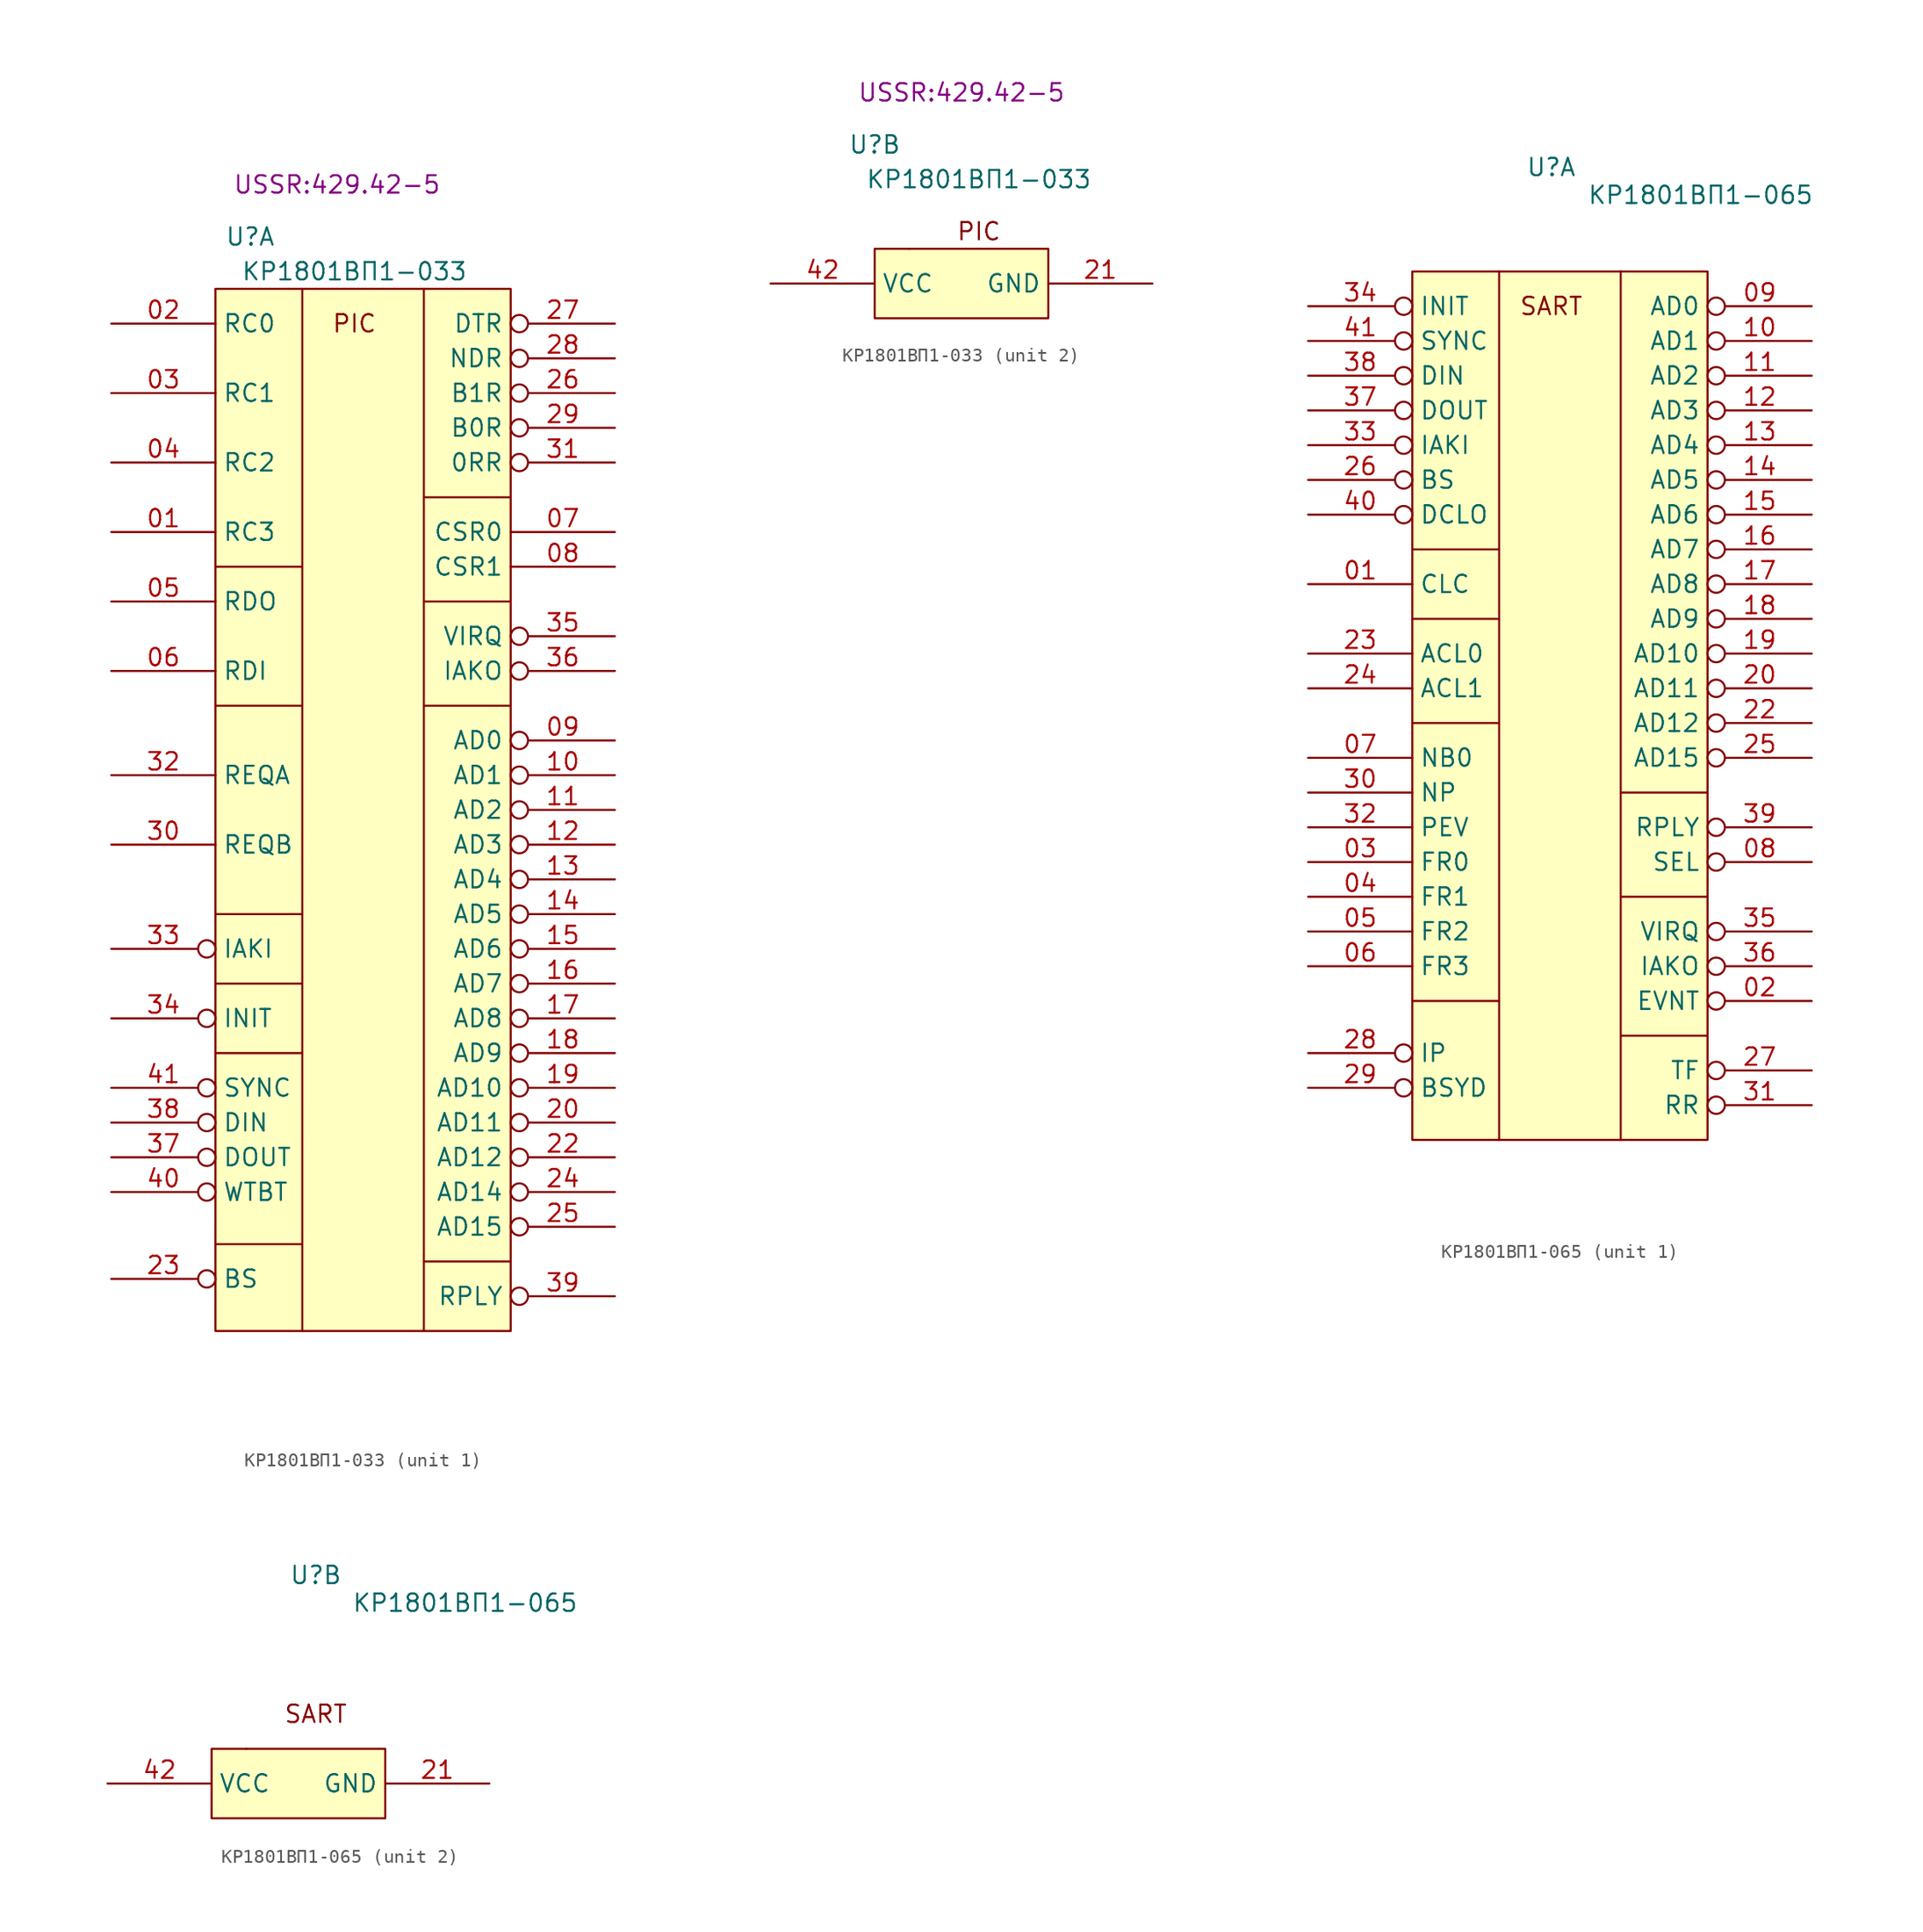
<source format=kicad_sym>
(kicad_symbol_lib
  (version 20220914)
  (generator kicad_symbol_editor)
  (symbol "КР1801ВП1-033"
    (property "Reference" "U"
      (at -6.35 -3.81 0)
      (effects (font (size 1.27 1.27))))
    (property "Value" "КР1801ВП1-033"
      (at 1.27 -6.35 0)
      (effects (font (size 1.27 1.27))))
    (property "Footprint" "USSR:429.42-5"
      (at 0 0 0)
      (effects (font (size 1.27 1.27))))
    (property "ki_locked" ""
      (at 0 0 0)
      (effects (font (size 1.27 1.27))))
    (symbol "КР1801ВП1-033_0_0"
      (text "PIC" (at 1.27 -10.16 0) (effects (font (size 1.27 1.27)))))
    (symbol "КР1801ВП1-033_1_1"
      (rectangle (start -8.89 -7.62) (end 12.7 -83.82) (stroke (width 0) (type default)) (fill (type background)))
      (polyline (pts (xy -8.89 -77.47) (xy -2.54 -77.47)) (stroke (width 0) (type default)) (fill (type none)))
      (polyline (pts (xy -8.89 -63.5) (xy -2.54 -63.5)) (stroke (width 0) (type default)) (fill (type none)))
      (polyline (pts (xy -8.89 -58.42) (xy -2.54 -58.42)) (stroke (width 0) (type default)) (fill (type none)))
      (polyline (pts (xy -8.89 -38.1) (xy -2.54 -38.1)) (stroke (width 0) (type default)) (fill (type none)))
      (polyline (pts (xy -8.89 -27.94) (xy -2.54 -27.94)) (stroke (width 0) (type default)) (fill (type none)))
      (polyline (pts (xy -2.54 -53.34) (xy -8.89 -53.34)) (stroke (width 0) (type default)) (fill (type none)))
      (polyline (pts (xy -2.54 -7.62) (xy -2.54 -83.82)) (stroke (width 0) (type default)) (fill (type none)))
      (polyline (pts (xy 6.35 -7.62) (xy 6.35 -83.82)) (stroke (width 0) (type default)) (fill (type none)))
      (polyline (pts (xy 12.7 -78.74) (xy 6.35 -78.74)) (stroke (width 0) (type default)) (fill (type none)))
      (polyline (pts (xy 12.7 -38.1) (xy 6.35 -38.1)) (stroke (width 0) (type default)) (fill (type none)))
      (polyline (pts (xy 12.7 -30.48) (xy 6.35 -30.48)) (stroke (width 0) (type default)) (fill (type none)))
      (polyline (pts (xy 12.7 -22.86) (xy 6.35 -22.86)) (stroke (width 0) (type default)) (fill (type none)))
      (pin input line (at -16.51 -25.4 0) (length 7.62) (name "RC3" (effects (font (size 1.27 1.27)))) (number "01" (effects (font (size 1.27 1.27)))))
      (pin input line (at -16.51 -10.16 0) (length 7.62) (name "RC0" (effects (font (size 1.27 1.27)))) (number "02" (effects (font (size 1.27 1.27)))))
      (pin input line (at -16.51 -15.24 0) (length 7.62) (name "RC1" (effects (font (size 1.27 1.27)))) (number "03" (effects (font (size 1.27 1.27)))))
      (pin input line (at -16.51 -20.32 0) (length 7.62) (name "RC2" (effects (font (size 1.27 1.27)))) (number "04" (effects (font (size 1.27 1.27)))))
      (pin input line (at -16.51 -30.48 0) (length 7.62) (name "RDO" (effects (font (size 1.27 1.27)))) (number "05" (effects (font (size 1.27 1.27)))))
      (pin input line (at -16.51 -35.56 0) (length 7.62) (name "RDI" (effects (font (size 1.27 1.27)))) (number "06" (effects (font (size 1.27 1.27)))))
      (pin input line (at 20.32 -25.4 180) (length 7.62) (name "CSR0" (effects (font (size 1.27 1.27)))) (number "07" (effects (font (size 1.27 1.27)))))
      (pin input line (at 20.32 -27.94 180) (length 7.62) (name "CSR1" (effects (font (size 1.27 1.27)))) (number "08" (effects (font (size 1.27 1.27)))))
      (pin input inverted (at 20.32 -40.64 180) (length 7.62) (name "AD0" (effects (font (size 1.27 1.27)))) (number "09" (effects (font (size 1.27 1.27)))))
      (pin input inverted (at 20.32 -43.18 180) (length 7.62) (name "AD1" (effects (font (size 1.27 1.27)))) (number "10" (effects (font (size 1.27 1.27)))))
      (pin input inverted (at 20.32 -45.72 180) (length 7.62) (name "AD2" (effects (font (size 1.27 1.27)))) (number "11" (effects (font (size 1.27 1.27)))))
      (pin input inverted (at 20.32 -48.26 180) (length 7.62) (name "AD3" (effects (font (size 1.27 1.27)))) (number "12" (effects (font (size 1.27 1.27)))))
      (pin input inverted (at 20.32 -50.8 180) (length 7.62) (name "AD4" (effects (font (size 1.27 1.27)))) (number "13" (effects (font (size 1.27 1.27)))))
      (pin input inverted (at 20.32 -53.34 180) (length 7.62) (name "AD5" (effects (font (size 1.27 1.27)))) (number "14" (effects (font (size 1.27 1.27)))))
      (pin input inverted (at 20.32 -55.88 180) (length 7.62) (name "AD6" (effects (font (size 1.27 1.27)))) (number "15" (effects (font (size 1.27 1.27)))))
      (pin input inverted (at 20.32 -58.42 180) (length 7.62) (name "AD7" (effects (font (size 1.27 1.27)))) (number "16" (effects (font (size 1.27 1.27)))))
      (pin input inverted (at 20.32 -60.96 180) (length 7.62) (name "AD8" (effects (font (size 1.27 1.27)))) (number "17" (effects (font (size 1.27 1.27)))))
      (pin input inverted (at 20.32 -63.5 180) (length 7.62) (name "AD9" (effects (font (size 1.27 1.27)))) (number "18" (effects (font (size 1.27 1.27)))))
      (pin input inverted (at 20.32 -66.04 180) (length 7.62) (name "AD10" (effects (font (size 1.27 1.27)))) (number "19" (effects (font (size 1.27 1.27)))))
      (pin input inverted (at 20.32 -68.58 180) (length 7.62) (name "AD11" (effects (font (size 1.27 1.27)))) (number "20" (effects (font (size 1.27 1.27)))))
      (pin input inverted (at 20.32 -71.12 180) (length 7.62) (name "AD12" (effects (font (size 1.27 1.27)))) (number "22" (effects (font (size 1.27 1.27)))))
      (pin input inverted (at -16.51 -80.01 0) (length 7.62) (name "BS" (effects (font (size 1.27 1.27)))) (number "23" (effects (font (size 1.27 1.27)))))
      (pin input inverted (at 20.32 -73.66 180) (length 7.62) (name "AD14" (effects (font (size 1.27 1.27)))) (number "24" (effects (font (size 1.27 1.27)))))
      (pin input inverted (at 20.32 -76.2 180) (length 7.62) (name "AD15" (effects (font (size 1.27 1.27)))) (number "25" (effects (font (size 1.27 1.27)))))
      (pin input inverted (at 20.32 -15.24 180) (length 7.62) (name "B1R" (effects (font (size 1.27 1.27)))) (number "26" (effects (font (size 1.27 1.27)))))
      (pin input inverted (at 20.32 -10.16 180) (length 7.62) (name "DTR" (effects (font (size 1.27 1.27)))) (number "27" (effects (font (size 1.27 1.27)))))
      (pin input inverted (at 20.32 -12.7 180) (length 7.62) (name "NDR" (effects (font (size 1.27 1.27)))) (number "28" (effects (font (size 1.27 1.27)))))
      (pin input inverted (at 20.32 -17.78 180) (length 7.62) (name "B0R" (effects (font (size 1.27 1.27)))) (number "29" (effects (font (size 1.27 1.27)))))
      (pin input line (at -16.51 -48.26 0) (length 7.62) (name "REQB" (effects (font (size 1.27 1.27)))) (number "30" (effects (font (size 1.27 1.27)))))
      (pin input inverted (at 20.32 -20.32 180) (length 7.62) (name "0RR" (effects (font (size 1.27 1.27)))) (number "31" (effects (font (size 1.27 1.27)))))
      (pin input line (at -16.51 -43.18 0) (length 7.62) (name "REQA" (effects (font (size 1.27 1.27)))) (number "32" (effects (font (size 1.27 1.27)))))
      (pin input inverted (at -16.51 -55.88 0) (length 7.62) (name "IAKI" (effects (font (size 1.27 1.27)))) (number "33" (effects (font (size 1.27 1.27)))))
      (pin input inverted (at -16.51 -60.96 0) (length 7.62) (name "INIT" (effects (font (size 1.27 1.27)))) (number "34" (effects (font (size 1.27 1.27)))))
      (pin input inverted (at 20.32 -33.02 180) (length 7.62) (name "VIRQ" (effects (font (size 1.27 1.27)))) (number "35" (effects (font (size 1.27 1.27)))))
      (pin input inverted (at 20.32 -35.56 180) (length 7.62) (name "IAKO" (effects (font (size 1.27 1.27)))) (number "36" (effects (font (size 1.27 1.27)))))
      (pin input inverted (at -16.51 -71.12 0) (length 7.62) (name "DOUT" (effects (font (size 1.27 1.27)))) (number "37" (effects (font (size 1.27 1.27)))))
      (pin input inverted (at -16.51 -68.58 0) (length 7.62) (name "DIN" (effects (font (size 1.27 1.27)))) (number "38" (effects (font (size 1.27 1.27)))))
      (pin input inverted (at 20.32 -81.28 180) (length 7.62) (name "RPLY" (effects (font (size 1.27 1.27)))) (number "39" (effects (font (size 1.27 1.27)))))
      (pin input inverted (at -16.51 -73.66 0) (length 7.62) (name "WTBT" (effects (font (size 1.27 1.27)))) (number "40" (effects (font (size 1.27 1.27)))))
      (pin input inverted (at -16.51 -66.04 0) (length 7.62) (name "SYNC" (effects (font (size 1.27 1.27)))) (number "41" (effects (font (size 1.27 1.27))))))
    (symbol "КР1801ВП1-033_2_1"
      (rectangle (start -6.35 -11.43) (end 6.35 -16.51) (stroke (width 0) (type default)) (fill (type background)))
      (rectangle (start -3.81 -11.43) (end -3.81 -11.43) (stroke (width 0) (type default)) (fill (type none)))
      (pin power_in line (at 13.97 -13.97 180) (length 7.62) (name "GND" (effects (font (size 1.27 1.27)))) (number "21" (effects (font (size 1.27 1.27)))))
      (pin power_in line (at -13.97 -13.97 0) (length 7.62) (name "VCC" (effects (font (size 1.27 1.27)))) (number "42" (effects (font (size 1.27 1.27)))))))
  (symbol "КР1801ВП1-065"
    (property "Reference" "U"
      (at 0 0 0)
      (effects (font (size 1.27 1.27))))
    (property "Value" "КР1801ВП1-065"
      (at 10.922 -2.032 0)
      (effects (font (size 1.27 1.27))))
    (property "ki_locked" ""
      (at 0 0 0)
      (effects (font (size 1.27 1.27))))
    (symbol "КР1801ВП1-065_0_0"
      (text "SART" (at 0 -10.16 0) (effects (font (size 1.27 1.27)))))
    (symbol "КР1801ВП1-065_1_1"
      (rectangle (start -10.16 -7.62) (end 11.43 -71.12) (stroke (width 0) (type default)) (fill (type background)))
      (polyline (pts (xy -10.16 -60.96) (xy -3.81 -60.96)) (stroke (width 0) (type default)) (fill (type none)))
      (polyline (pts (xy -10.16 -33.02) (xy -3.81 -33.02)) (stroke (width 0) (type default)) (fill (type none)))
      (polyline (pts (xy -10.16 -27.94) (xy -3.81 -27.94)) (stroke (width 0) (type default)) (fill (type none)))
      (polyline (pts (xy -3.81 -40.64) (xy -10.16 -40.64)) (stroke (width 0) (type default)) (fill (type none)))
      (polyline (pts (xy -3.81 -7.62) (xy -3.81 -71.12)) (stroke (width 0) (type default)) (fill (type none)))
      (polyline (pts (xy 5.08 -7.62) (xy 5.08 -71.12)) (stroke (width 0) (type default)) (fill (type none)))
      (polyline (pts (xy 11.43 -63.5) (xy 5.08 -63.5)) (stroke (width 0) (type default)) (fill (type none)))
      (polyline (pts (xy 11.43 -53.34) (xy 5.08 -53.34)) (stroke (width 0) (type default)) (fill (type none)))
      (polyline (pts (xy 11.43 -45.72) (xy 5.08 -45.72)) (stroke (width 0) (type default)) (fill (type none)))
      (pin input line (at -17.78 -30.48 0) (length 7.62) (name "CLC" (effects (font (size 1.27 1.27)))) (number "01" (effects (font (size 1.27 1.27)))))
      (pin input inverted (at 19.05 -60.96 180) (length 7.62) (name "EVNT" (effects (font (size 1.27 1.27)))) (number "02" (effects (font (size 1.27 1.27)))))
      (pin input line (at -17.78 -50.8 0) (length 7.62) (name "FR0" (effects (font (size 1.27 1.27)))) (number "03" (effects (font (size 1.27 1.27)))))
      (pin input line (at -17.78 -53.34 0) (length 7.62) (name "FR1" (effects (font (size 1.27 1.27)))) (number "04" (effects (font (size 1.27 1.27)))))
      (pin input line (at -17.78 -55.88 0) (length 7.62) (name "FR2" (effects (font (size 1.27 1.27)))) (number "05" (effects (font (size 1.27 1.27)))))
      (pin input line (at -17.78 -58.42 0) (length 7.62) (name "FR3" (effects (font (size 1.27 1.27)))) (number "06" (effects (font (size 1.27 1.27)))))
      (pin input line (at -17.78 -43.18 0) (length 7.62) (name "NB0" (effects (font (size 1.27 1.27)))) (number "07" (effects (font (size 1.27 1.27)))))
      (pin input inverted (at 19.05 -50.8 180) (length 7.62) (name "SEL" (effects (font (size 1.27 1.27)))) (number "08" (effects (font (size 1.27 1.27)))))
      (pin input inverted (at 19.05 -10.16 180) (length 7.62) (name "AD0" (effects (font (size 1.27 1.27)))) (number "09" (effects (font (size 1.27 1.27)))))
      (pin input inverted (at 19.05 -12.7 180) (length 7.62) (name "AD1" (effects (font (size 1.27 1.27)))) (number "10" (effects (font (size 1.27 1.27)))))
      (pin input inverted (at 19.05 -15.24 180) (length 7.62) (name "AD2" (effects (font (size 1.27 1.27)))) (number "11" (effects (font (size 1.27 1.27)))))
      (pin input inverted (at 19.05 -17.78 180) (length 7.62) (name "AD3" (effects (font (size 1.27 1.27)))) (number "12" (effects (font (size 1.27 1.27)))))
      (pin input inverted (at 19.05 -20.32 180) (length 7.62) (name "AD4" (effects (font (size 1.27 1.27)))) (number "13" (effects (font (size 1.27 1.27)))))
      (pin input inverted (at 19.05 -22.86 180) (length 7.62) (name "AD5" (effects (font (size 1.27 1.27)))) (number "14" (effects (font (size 1.27 1.27)))))
      (pin input inverted (at 19.05 -25.4 180) (length 7.62) (name "AD6" (effects (font (size 1.27 1.27)))) (number "15" (effects (font (size 1.27 1.27)))))
      (pin input inverted (at 19.05 -27.94 180) (length 7.62) (name "AD7" (effects (font (size 1.27 1.27)))) (number "16" (effects (font (size 1.27 1.27)))))
      (pin input inverted (at 19.05 -30.48 180) (length 7.62) (name "AD8" (effects (font (size 1.27 1.27)))) (number "17" (effects (font (size 1.27 1.27)))))
      (pin input inverted (at 19.05 -33.02 180) (length 7.62) (name "AD9" (effects (font (size 1.27 1.27)))) (number "18" (effects (font (size 1.27 1.27)))))
      (pin input inverted (at 19.05 -35.56 180) (length 7.62) (name "AD10" (effects (font (size 1.27 1.27)))) (number "19" (effects (font (size 1.27 1.27)))))
      (pin input inverted (at 19.05 -38.1 180) (length 7.62) (name "AD11" (effects (font (size 1.27 1.27)))) (number "20" (effects (font (size 1.27 1.27)))))
      (pin input inverted (at 19.05 -40.64 180) (length 7.62) (name "AD12" (effects (font (size 1.27 1.27)))) (number "22" (effects (font (size 1.27 1.27)))))
      (pin input line (at -17.78 -35.56 0) (length 7.62) (name "ACL0" (effects (font (size 1.27 1.27)))) (number "23" (effects (font (size 1.27 1.27)))))
      (pin input line (at -17.78 -38.1 0) (length 7.62) (name "ACL1" (effects (font (size 1.27 1.27)))) (number "24" (effects (font (size 1.27 1.27)))))
      (pin input inverted (at 19.05 -43.18 180) (length 7.62) (name "AD15" (effects (font (size 1.27 1.27)))) (number "25" (effects (font (size 1.27 1.27)))))
      (pin input inverted (at -17.78 -22.86 0) (length 7.62) (name "BS" (effects (font (size 1.27 1.27)))) (number "26" (effects (font (size 1.27 1.27)))))
      (pin input inverted (at 19.05 -66.04 180) (length 7.62) (name "TF" (effects (font (size 1.27 1.27)))) (number "27" (effects (font (size 1.27 1.27)))))
      (pin input inverted (at -17.78 -64.77 0) (length 7.62) (name "IP" (effects (font (size 1.27 1.27)))) (number "28" (effects (font (size 1.27 1.27)))))
      (pin input inverted (at -17.78 -67.31 0) (length 7.62) (name "BSYD" (effects (font (size 1.27 1.27)))) (number "29" (effects (font (size 1.27 1.27)))))
      (pin input line (at -17.78 -45.72 0) (length 7.62) (name "NP" (effects (font (size 1.27 1.27)))) (number "30" (effects (font (size 1.27 1.27)))))
      (pin input inverted (at 19.05 -68.58 180) (length 7.62) (name "RR" (effects (font (size 1.27 1.27)))) (number "31" (effects (font (size 1.27 1.27)))))
      (pin input line (at -17.78 -48.26 0) (length 7.62) (name "PEV" (effects (font (size 1.27 1.27)))) (number "32" (effects (font (size 1.27 1.27)))))
      (pin input inverted (at -17.78 -20.32 0) (length 7.62) (name "IAKI" (effects (font (size 1.27 1.27)))) (number "33" (effects (font (size 1.27 1.27)))))
      (pin input inverted (at -17.78 -10.16 0) (length 7.62) (name "INIT" (effects (font (size 1.27 1.27)))) (number "34" (effects (font (size 1.27 1.27)))))
      (pin input inverted (at 19.05 -55.88 180) (length 7.62) (name "VIRQ" (effects (font (size 1.27 1.27)))) (number "35" (effects (font (size 1.27 1.27)))))
      (pin input inverted (at 19.05 -58.42 180) (length 7.62) (name "IAKO" (effects (font (size 1.27 1.27)))) (number "36" (effects (font (size 1.27 1.27)))))
      (pin input inverted (at -17.78 -17.78 0) (length 7.62) (name "DOUT" (effects (font (size 1.27 1.27)))) (number "37" (effects (font (size 1.27 1.27)))))
      (pin input inverted (at -17.78 -15.24 0) (length 7.62) (name "DIN" (effects (font (size 1.27 1.27)))) (number "38" (effects (font (size 1.27 1.27)))))
      (pin input inverted (at 19.05 -48.26 180) (length 7.62) (name "RPLY" (effects (font (size 1.27 1.27)))) (number "39" (effects (font (size 1.27 1.27)))))
      (pin input inverted (at -17.78 -25.4 0) (length 7.62) (name "DCLO" (effects (font (size 1.27 1.27)))) (number "40" (effects (font (size 1.27 1.27)))))
      (pin input inverted (at -17.78 -12.7 0) (length 7.62) (name "SYNC" (effects (font (size 1.27 1.27)))) (number "41" (effects (font (size 1.27 1.27))))))
    (symbol "КР1801ВП1-065_2_1"
      (rectangle (start -7.62 -12.7) (end 5.08 -17.78) (stroke (width 0) (type default)) (fill (type background)))
      (rectangle (start -5.08 -12.7) (end -5.08 -12.7) (stroke (width 0) (type default)) (fill (type none)))
      (pin power_in line (at 12.7 -15.24 180) (length 7.62) (name "GND" (effects (font (size 1.27 1.27)))) (number "21" (effects (font (size 1.27 1.27)))))
      (pin power_in line (at -15.24 -15.24 0) (length 7.62) (name "VCC" (effects (font (size 1.27 1.27)))) (number "42" (effects (font (size 1.27 1.27))))))))
</source>
